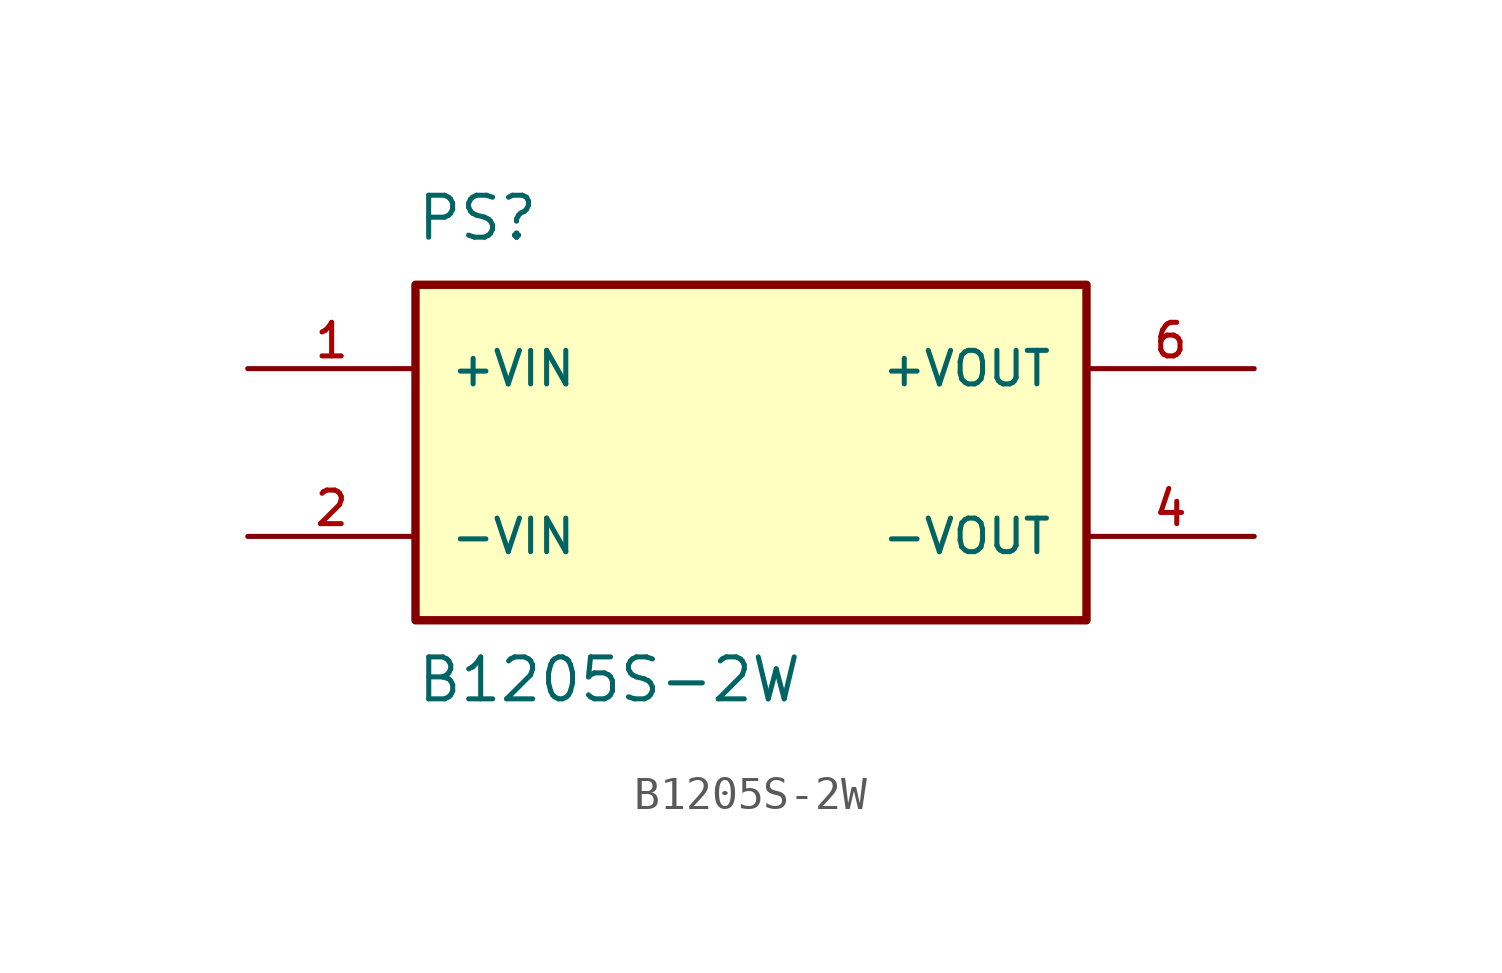
<source format=kicad_sym>
(kicad_symbol_lib
  (version 20241209)
  (generator "kicad_symbol_editor")
  (generator_version "9.0")
  (symbol "B1205S-2W"
    (pin_names
      (offset 1.016))
    (property "Reference" "PS"
      (at -10.164 6.358 0)
      (effects (font (size 1.27 1.27)) (justify left bottom)))
    (property "Value" "B1205S-2W"
      (at -10.161 -7.623 0)
      (effects (font (size 1.27 1.27)) (justify left bottom)))
    (symbol "B1205S-2W_0_0"
      (rectangle (start -10.16 -5.08) (end 10.16 5.08) (stroke (width 0.254) (type default)) (fill (type background)))
      (pin input line (at -15.24 2.54 0) (length 5.08) (name "+VIN" (effects (font (size 1.016 1.016)))) (number "1" (effects (font (size 1.016 1.016)))))
      (pin input line (at -15.24 -2.54 0) (length 5.08) (name "-VIN" (effects (font (size 1.016 1.016)))) (number "2" (effects (font (size 1.016 1.016)))))
      (pin output line (at 15.24 2.54 180) (length 5.08) (name "+VOUT" (effects (font (size 1.016 1.016)))) (number "6" (effects (font (size 1.016 1.016)))))
      (pin output line (at 15.24 -2.54 180) (length 5.08) (name "-VOUT" (effects (font (size 1.016 1.016)))) (number "4" (effects (font (size 1.016 1.016))))))))
</source>
